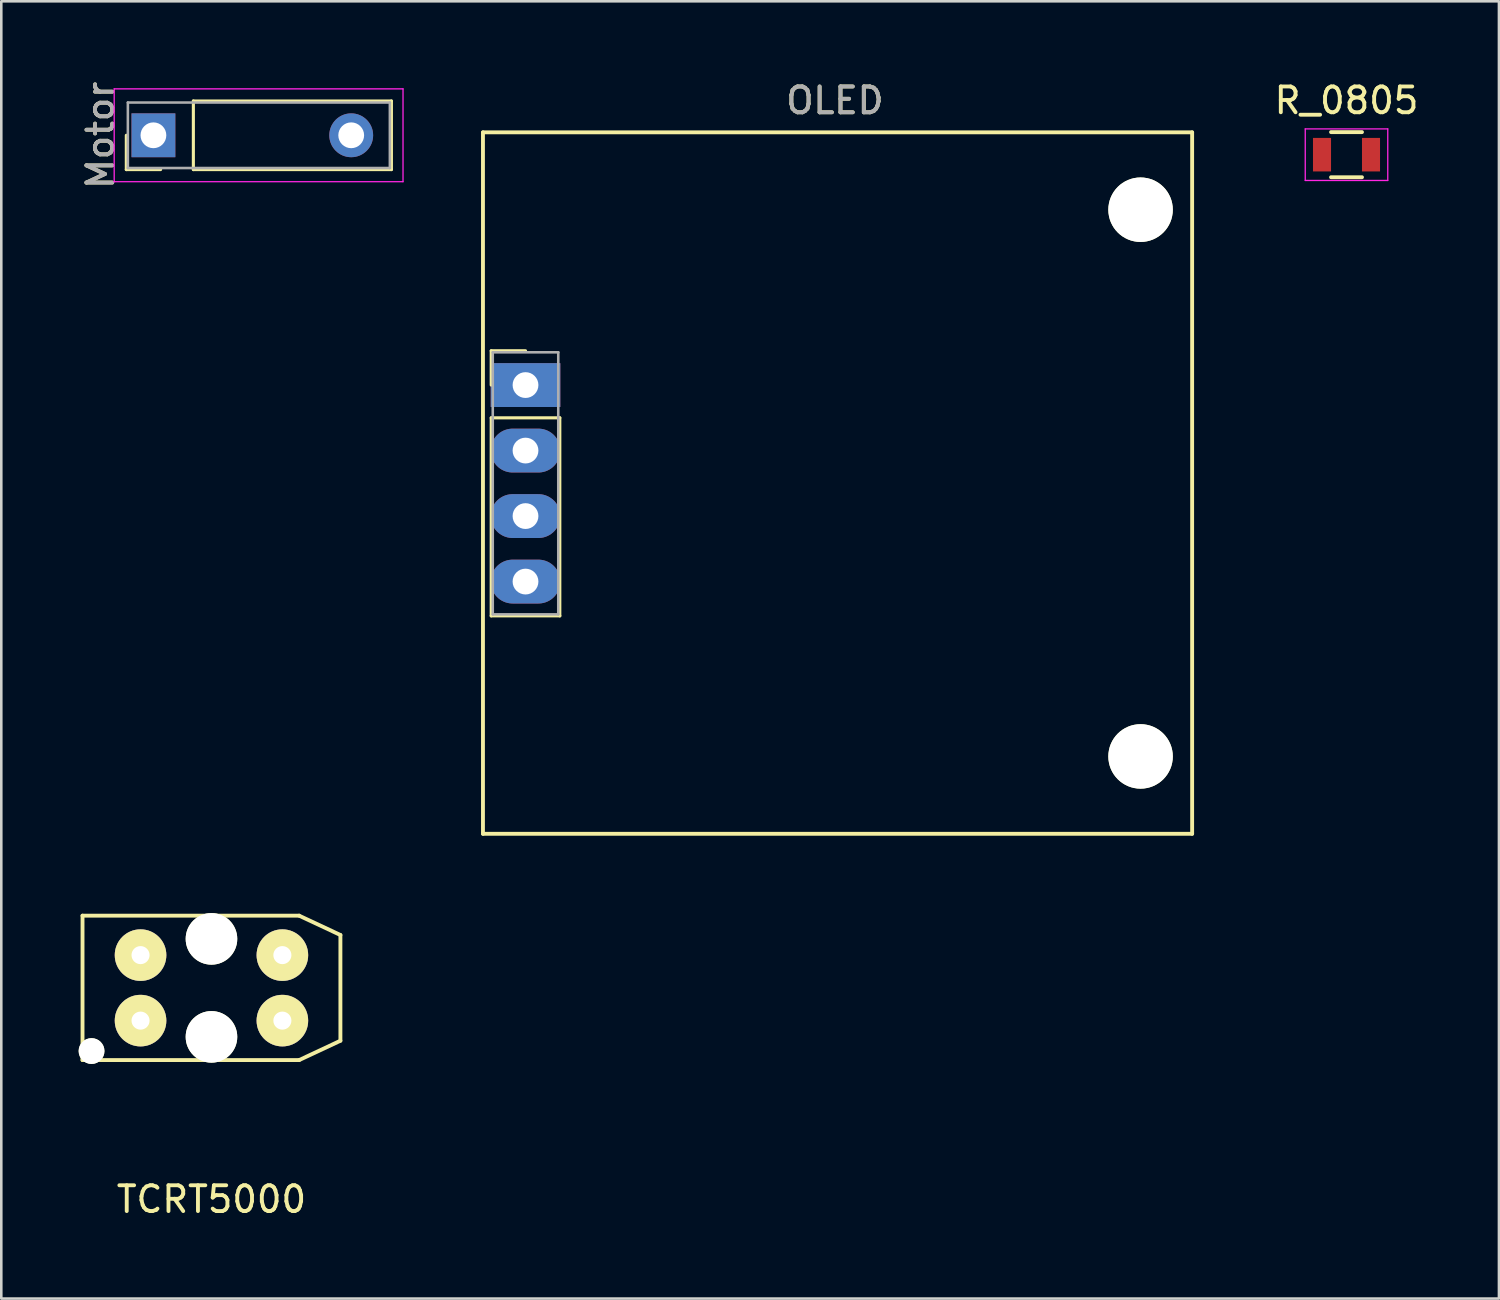
<source format=kicad_pcb>
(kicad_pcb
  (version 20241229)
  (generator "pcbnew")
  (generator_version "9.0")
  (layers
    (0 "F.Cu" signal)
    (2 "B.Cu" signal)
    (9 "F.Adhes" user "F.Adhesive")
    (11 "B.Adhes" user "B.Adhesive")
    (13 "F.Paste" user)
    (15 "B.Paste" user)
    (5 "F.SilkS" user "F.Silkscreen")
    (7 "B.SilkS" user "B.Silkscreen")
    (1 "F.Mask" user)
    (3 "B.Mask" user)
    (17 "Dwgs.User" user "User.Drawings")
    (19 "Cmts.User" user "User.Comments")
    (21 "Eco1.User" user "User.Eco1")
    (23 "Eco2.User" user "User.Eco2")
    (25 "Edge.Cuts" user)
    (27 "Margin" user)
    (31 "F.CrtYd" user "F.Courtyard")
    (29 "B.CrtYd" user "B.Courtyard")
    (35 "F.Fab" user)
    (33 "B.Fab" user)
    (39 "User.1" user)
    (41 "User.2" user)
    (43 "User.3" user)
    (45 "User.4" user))
  (footprint "R_0805"
    (layer "F.Cu")
    (at 49.164 2.948)
    (property "Reference" "R_0805" (at 0 -2.1 0) (layer "F.SilkS") (effects (font (size 1 1) (thickness 0.15))))
    (attr smd)
    (fp_line (start -0.6 -0.875) (end 0.6 -0.875) (stroke (width 0.15) (type solid)) (layer "F.SilkS"))
    (fp_line (start 0.6 0.875) (end -0.6 0.875) (stroke (width 0.15) (type solid)) (layer "F.SilkS"))
    (fp_line (start -1.6 -1) (end -1.6 1) (stroke (width 0.05) (type solid)) (layer "F.CrtYd"))
    (fp_line (start -1.6 -1) (end 1.6 -1) (stroke (width 0.05) (type solid)) (layer "F.CrtYd"))
    (fp_line (start -1.6 1) (end 1.6 1) (stroke (width 0.05) (type solid)) (layer "F.CrtYd"))
    (fp_line (start 1.6 -1) (end 1.6 1) (stroke (width 0.05) (type solid)) (layer "F.CrtYd"))
    (pad "1" smd rect (at -0.95 0) (size 0.7 1.3) (layers "F.Cu" "F.Mask" "F.Paste"))
    (pad "2" smd rect (at 0.95 0) (size 0.7 1.3) (layers "F.Cu" "F.Mask" "F.Paste")))
  (footprint "Motor"
    (layer "F.Cu")
    (at 6.734 2.196)
    (property "Reference" "Motor" (at -5.886 0 90) (layer "F.SilkS") (effects (font (size 1 1) (thickness 0.15))))
    (attr through_hole)
    (fp_line (start -4.886 1.33) (end -4.886 0) (stroke (width 0.12) (type solid)) (layer "F.SilkS"))
    (fp_line (start -3.556 1.33) (end -4.886 1.33) (stroke (width 0.12) (type solid)) (layer "F.SilkS"))
    (fp_line (start -2.286 -1.33) (end -2.286 1.33) (stroke (width 0.12) (type solid)) (layer "F.SilkS"))
    (fp_line (start -2.286 1.33) (end 5.394 1.33) (stroke (width 0.12) (type solid)) (layer "F.SilkS"))
    (fp_line (start 5.394 -1.33) (end -2.286 -1.33) (stroke (width 0.12) (type solid)) (layer "F.SilkS"))
    (fp_line (start 5.394 1.33) (end 5.394 -1.33) (stroke (width 0.12) (type solid)) (layer "F.SilkS"))
    (fp_line (start -5.356 -1.8) (end -5.356 1.8) (stroke (width 0.05) (type solid)) (layer "F.CrtYd"))
    (fp_line (start -5.356 1.8) (end 5.844 1.8) (stroke (width 0.05) (type solid)) (layer "F.CrtYd"))
    (fp_line (start 5.844 -1.8) (end -5.356 -1.8) (stroke (width 0.05) (type solid)) (layer "F.CrtYd"))
    (fp_line (start 5.844 1.8) (end 5.844 -1.8) (stroke (width 0.05) (type solid)) (layer "F.CrtYd"))
    (fp_line (start -4.826 -1.27) (end -4.826 1.27) (stroke (width 0.1) (type solid)) (layer "F.Fab"))
    (fp_line (start -4.826 1.27) (end 5.334 1.27) (stroke (width 0.1) (type solid)) (layer "F.Fab"))
    (fp_line (start 5.334 -1.27) (end -4.826 -1.27) (stroke (width 0.1) (type solid)) (layer "F.Fab"))
    (fp_line (start 5.334 1.27) (end 5.334 -1.27) (stroke (width 0.1) (type solid)) (layer "F.Fab"))
    (fp_text user "${REFERENCE}" (at -5.886 0 90) (layer "F.Fab") (effects (font (size 1 1) (thickness 0.15))))
    (pad "1" thru_hole rect (at -3.835 0 90) (size 1.7 1.7) (drill 1) (layers "*.Cu" "*.Mask"))
    (pad "2" thru_hole oval (at 3.835 0 90) (size 1.7 1.7) (drill 1) (layers "*.Cu" "*.Mask")))
  (footprint "OLED"
    (layer "F.Cu")
    (at 29.428 15.682)
    (property "Reference" "OLED" (at -0.1 -14.833 0) (layer "F.SilkS") (effects (font (size 1 1) (thickness 0.15))))
    (attr through_hole)
    (fp_line (start -13.75 -13.6) (end 13.75 -13.6) (stroke (width 0.15) (type solid)) (layer "F.SilkS"))
    (fp_line (start -13.75 13.6) (end -13.75 -13.6) (stroke (width 0.15) (type solid)) (layer "F.SilkS"))
    (fp_line (start -13.75 13.6) (end 13.75 13.6) (stroke (width 0.15) (type solid)) (layer "F.SilkS"))
    (fp_line (start -13.43 -5.13) (end -12.1 -5.13) (stroke (width 0.12) (type solid)) (layer "F.SilkS"))
    (fp_line (start -13.43 -3.8) (end -13.43 -5.13) (stroke (width 0.12) (type solid)) (layer "F.SilkS"))
    (fp_line (start -13.43 -2.53) (end -13.43 5.15) (stroke (width 0.12) (type solid)) (layer "F.SilkS"))
    (fp_line (start -13.43 5.15) (end -10.77 5.15) (stroke (width 0.12) (type solid)) (layer "F.SilkS"))
    (fp_line (start -10.77 -2.53) (end -13.43 -2.53) (stroke (width 0.12) (type solid)) (layer "F.SilkS"))
    (fp_line (start -10.77 5.15) (end -10.77 -2.53) (stroke (width 0.12) (type solid)) (layer "F.SilkS"))
    (fp_line (start 13.75 13.6) (end 13.75 -13.6) (stroke (width 0.15) (type solid)) (layer "F.SilkS"))
    (fp_line (start -13.37 -5.07) (end -13.37 5.09) (stroke (width 0.1) (type solid)) (layer "F.Fab"))
    (fp_line (start -13.37 5.09) (end -10.83 5.09) (stroke (width 0.1) (type solid)) (layer "F.Fab"))
    (fp_line (start -10.83 -5.07) (end -13.37 -5.07) (stroke (width 0.1) (type solid)) (layer "F.Fab"))
    (fp_line (start -10.83 5.09) (end -10.83 -5.07) (stroke (width 0.1) (type solid)) (layer "F.Fab"))
    (fp_text user "${REFERENCE}" (at -0.1 -14.833 0) (layer "F.Fab") (effects (font (size 1 1) (thickness 0.15))))
    (pad "" np_thru_hole circle (at 11.75 -10.6) (size 2.5 2.5) (drill 2.5) (layers "*.Cu" "*.Mask" "F.SilkS"))
    (pad "" np_thru_hole circle (at 11.75 10.6) (size 2.5 2.5) (drill 2.5) (layers "*.Cu" "*.Mask" "F.SilkS"))
    (pad "1" thru_hole rect (at -12.1 -3.8) (size 2.7 1.7) (drill 1) (layers "*.Cu" "*.Mask"))
    (pad "2" thru_hole oval (at -12.1 -1.26) (size 2.7 1.7) (drill 1) (layers "*.Cu" "*.Mask"))
    (pad "3" thru_hole oval (at -12.1 1.28) (size 2.7 1.7) (drill 1) (layers "*.Cu" "*.Mask"))
    (pad "4" thru_hole oval (at -12.1 3.82) (size 2.7 1.7) (drill 1) (layers "*.Cu" "*.Mask")))
  (footprint "TCRT5000"
    (layer "F.Cu")
    (at 5.15 35.257)
    (property "Reference" "TCRT5000" (at 0 8.2 0) (layer "F.SilkS") (effects (font (size 1 1) (thickness 0.15))))
    (attr through_hole)
    (fp_line (start -5 -2.8) (end 3.4 -2.8) (stroke (width 0.15) (type solid)) (layer "F.SilkS"))
    (fp_line (start -5 2.8) (end -5 -2.8) (stroke (width 0.15) (type solid)) (layer "F.SilkS"))
    (fp_line (start -5 2.8) (end 3.4 2.8) (stroke (width 0.15) (type solid)) (layer "F.SilkS"))
    (fp_line (start 3.4 -2.8) (end 5 -2.05) (stroke (width 0.15) (type solid)) (layer "F.SilkS"))
    (fp_line (start 3.4 2.8) (end 5 2.05) (stroke (width 0.15) (type solid)) (layer "F.SilkS"))
    (fp_line (start 5 2.05) (end 5 -2.05) (stroke (width 0.15) (type solid)) (layer "F.SilkS"))
    (pad "" np_thru_hole circle (at -4.65 2.45) (size 1 1) (drill 1) (layers "*.Cu" "*.Mask" "F.SilkS"))
    (pad "" np_thru_hole circle (at 0 -1.9) (size 2 2) (drill 2) (layers "*.Cu" "*.Mask" "F.SilkS"))
    (pad "" np_thru_hole circle (at 0 1.9) (size 2 2) (drill 2) (layers "*.Cu" "*.Mask" "F.SilkS"))
    (pad "1" thru_hole circle (at 2.75 1.27) (size 2 2) (drill 0.7) (layers "*.Cu" "*.Mask" "F.SilkS"))
    (pad "2" thru_hole circle (at -2.75 1.27) (size 2 2) (drill 0.7) (layers "*.Cu" "*.Mask" "F.SilkS"))
    (pad "3" thru_hole circle (at 2.75 -1.27) (size 2 2) (drill 0.7) (layers "*.Cu" "*.Mask" "F.SilkS"))
    (pad "4" thru_hole circle (at -2.75 -1.27) (size 2 2) (drill 0.7) (layers "*.Cu" "*.Mask" "F.SilkS")))
  (gr_rect
    (start -3 -3)
    (end 55.075 47.305)
    (stroke (width 0.1) (type default))
    (fill no)
    (layer "Edge.Cuts")))
</source>
